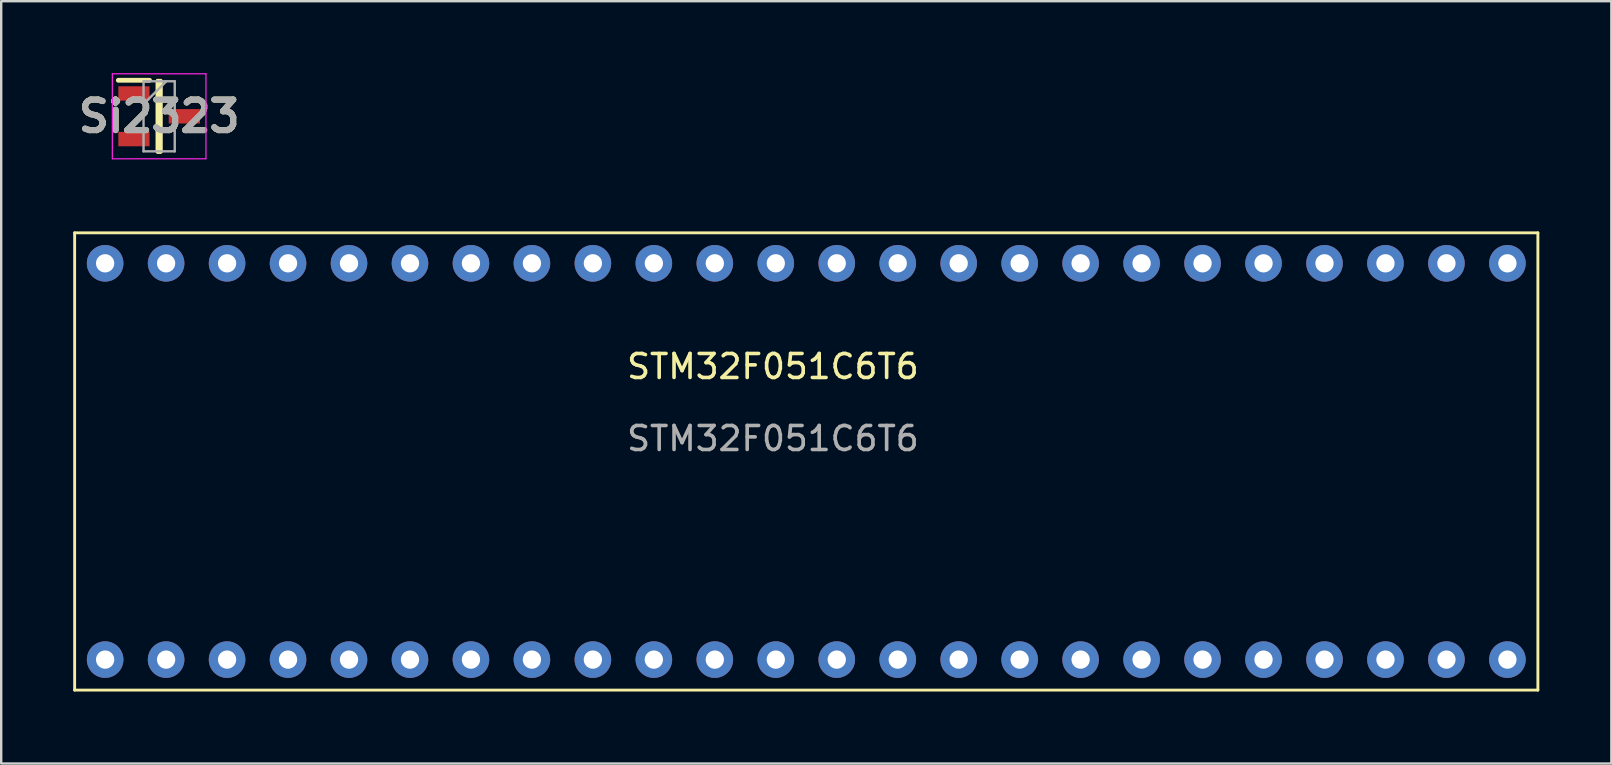
<source format=kicad_pcb>
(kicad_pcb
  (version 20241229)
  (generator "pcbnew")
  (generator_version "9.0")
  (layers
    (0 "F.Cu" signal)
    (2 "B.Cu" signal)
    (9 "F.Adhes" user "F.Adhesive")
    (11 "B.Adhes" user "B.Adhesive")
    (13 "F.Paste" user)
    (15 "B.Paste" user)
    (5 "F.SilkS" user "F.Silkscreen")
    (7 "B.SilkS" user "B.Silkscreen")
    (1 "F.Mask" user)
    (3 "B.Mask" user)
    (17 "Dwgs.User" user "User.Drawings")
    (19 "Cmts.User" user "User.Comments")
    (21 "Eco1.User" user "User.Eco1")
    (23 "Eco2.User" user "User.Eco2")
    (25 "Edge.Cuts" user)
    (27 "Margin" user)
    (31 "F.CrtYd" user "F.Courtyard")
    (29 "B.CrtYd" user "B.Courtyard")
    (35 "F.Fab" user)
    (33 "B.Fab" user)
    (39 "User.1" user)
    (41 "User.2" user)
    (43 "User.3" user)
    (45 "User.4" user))
  (footprint "STM32F051C6T6"
    (layer "F.Cu")
    (at 29.35 18.32)
    (property "Reference" "STM32F051C6T6" (at -0.2 -6.1 0) (unlocked yes) (layer "F.SilkS") (effects (font (size 1 1) (thickness 0.15))))
    (attr smd)
    (fp_line (start -29.29 -11.67) (end -29.29 7.38) (stroke (width 0.12) (type solid)) (layer "F.SilkS"))
    (fp_line (start -29.29 -11.67) (end 31.67 -11.67) (stroke (width 0.12) (type solid)) (layer "F.SilkS"))
    (fp_line (start 31.67 -11.67) (end 31.67 7.38) (stroke (width 0.12) (type solid)) (layer "F.SilkS"))
    (fp_line (start 31.67 7.38) (end -29.29 7.38) (stroke (width 0.12) (type solid)) (layer "F.SilkS"))
    (fp_text user "${REFERENCE}" (at -0.2 -3.1 0) (unlocked yes) (layer "F.Fab") (effects (font (size 1 1) (thickness 0.15))))
    (pad "1" thru_hole circle (at -28.02 6.11) (size 1.524 1.524) (drill 0.762) (layers "*.Cu" "*.Mask"))
    (pad "2" thru_hole circle (at -25.48 6.11) (size 1.524 1.524) (drill 0.762) (layers "*.Cu" "*.Mask"))
    (pad "3" thru_hole circle (at -22.94 6.11) (size 1.524 1.524) (drill 0.762) (layers "*.Cu" "*.Mask"))
    (pad "4" thru_hole circle (at -20.4 6.11) (size 1.524 1.524) (drill 0.762) (layers "*.Cu" "*.Mask"))
    (pad "5" thru_hole circle (at -17.86 6.11) (size 1.524 1.524) (drill 0.762) (layers "*.Cu" "*.Mask"))
    (pad "6" thru_hole circle (at -15.32 6.11) (size 1.524 1.524) (drill 0.762) (layers "*.Cu" "*.Mask"))
    (pad "7" thru_hole circle (at -12.78 6.11) (size 1.524 1.524) (drill 0.762) (layers "*.Cu" "*.Mask"))
    (pad "8" thru_hole circle (at -10.24 6.11) (size 1.524 1.524) (drill 0.762) (layers "*.Cu" "*.Mask"))
    (pad "9" thru_hole circle (at -7.7 6.11) (size 1.524 1.524) (drill 0.762) (layers "*.Cu" "*.Mask"))
    (pad "10" thru_hole circle (at -5.16 6.11) (size 1.524 1.524) (drill 0.762) (layers "*.Cu" "*.Mask"))
    (pad "11" thru_hole circle (at -2.62 6.11) (size 1.524 1.524) (drill 0.762) (layers "*.Cu" "*.Mask"))
    (pad "12" thru_hole circle (at -0.08 6.11) (size 1.524 1.524) (drill 0.762) (layers "*.Cu" "*.Mask"))
    (pad "13" thru_hole circle (at 2.46 6.11) (size 1.524 1.524) (drill 0.762) (layers "*.Cu" "*.Mask"))
    (pad "14" thru_hole circle (at 5 6.11) (size 1.524 1.524) (drill 0.762) (layers "*.Cu" "*.Mask"))
    (pad "15" thru_hole circle (at 7.54 6.11) (size 1.524 1.524) (drill 0.762) (layers "*.Cu" "*.Mask"))
    (pad "16" thru_hole circle (at 10.08 6.11) (size 1.524 1.524) (drill 0.762) (layers "*.Cu" "*.Mask"))
    (pad "17" thru_hole circle (at 12.62 6.11) (size 1.524 1.524) (drill 0.762) (layers "*.Cu" "*.Mask"))
    (pad "18" thru_hole circle (at 15.16 6.11) (size 1.524 1.524) (drill 0.762) (layers "*.Cu" "*.Mask"))
    (pad "19" thru_hole circle (at 17.7 6.11) (size 1.524 1.524) (drill 0.762) (layers "*.Cu" "*.Mask"))
    (pad "20" thru_hole circle (at 20.24 6.11) (size 1.524 1.524) (drill 0.762) (layers "*.Cu" "*.Mask"))
    (pad "21" thru_hole circle (at 22.78 6.11) (size 1.524 1.524) (drill 0.762) (layers "*.Cu" "*.Mask"))
    (pad "22" thru_hole circle (at 25.32 6.11) (size 1.524 1.524) (drill 0.762) (layers "*.Cu" "*.Mask"))
    (pad "23" thru_hole circle (at 27.86 6.11) (size 1.524 1.524) (drill 0.762) (layers "*.Cu" "*.Mask"))
    (pad "24" thru_hole circle (at 30.4 6.11) (size 1.524 1.524) (drill 0.762) (layers "*.Cu" "*.Mask"))
    (pad "25" thru_hole circle (at 30.4 -10.4) (size 1.524 1.524) (drill 0.762) (layers "*.Cu" "*.Mask"))
    (pad "26" thru_hole circle (at 27.86 -10.4) (size 1.524 1.524) (drill 0.762) (layers "*.Cu" "*.Mask"))
    (pad "27" thru_hole circle (at 25.32 -10.4) (size 1.524 1.524) (drill 0.762) (layers "*.Cu" "*.Mask"))
    (pad "28" thru_hole circle (at 22.78 -10.4) (size 1.524 1.524) (drill 0.762) (layers "*.Cu" "*.Mask"))
    (pad "29" thru_hole circle (at 20.24 -10.4) (size 1.524 1.524) (drill 0.762) (layers "*.Cu" "*.Mask"))
    (pad "30" thru_hole circle (at 17.7 -10.4) (size 1.524 1.524) (drill 0.762) (layers "*.Cu" "*.Mask"))
    (pad "31" thru_hole circle (at 15.16 -10.4) (size 1.524 1.524) (drill 0.762) (layers "*.Cu" "*.Mask"))
    (pad "32" thru_hole circle (at 12.62 -10.4) (size 1.524 1.524) (drill 0.762) (layers "*.Cu" "*.Mask"))
    (pad "33" thru_hole circle (at 10.08 -10.4) (size 1.524 1.524) (drill 0.762) (layers "*.Cu" "*.Mask"))
    (pad "34" thru_hole circle (at 7.54 -10.4) (size 1.524 1.524) (drill 0.762) (layers "*.Cu" "*.Mask"))
    (pad "35" thru_hole circle (at 5 -10.4) (size 1.524 1.524) (drill 0.762) (layers "*.Cu" "*.Mask"))
    (pad "36" thru_hole circle (at 2.46 -10.4) (size 1.524 1.524) (drill 0.762) (layers "*.Cu" "*.Mask"))
    (pad "37" thru_hole circle (at -0.08 -10.4) (size 1.524 1.524) (drill 0.762) (layers "*.Cu" "*.Mask"))
    (pad "38" thru_hole circle (at -2.62 -10.4) (size 1.524 1.524) (drill 0.762) (layers "*.Cu" "*.Mask"))
    (pad "39" thru_hole circle (at -5.16 -10.4) (size 1.524 1.524) (drill 0.762) (layers "*.Cu" "*.Mask"))
    (pad "40" thru_hole circle (at -7.7 -10.4) (size 1.524 1.524) (drill 0.762) (layers "*.Cu" "*.Mask"))
    (pad "41" thru_hole circle (at -10.24 -10.4) (size 1.524 1.524) (drill 0.762) (layers "*.Cu" "*.Mask"))
    (pad "42" thru_hole circle (at -12.78 -10.4) (size 1.524 1.524) (drill 0.762) (layers "*.Cu" "*.Mask"))
    (pad "43" thru_hole circle (at -15.32 -10.4) (size 1.524 1.524) (drill 0.762) (layers "*.Cu" "*.Mask"))
    (pad "44" thru_hole circle (at -17.86 -10.4) (size 1.524 1.524) (drill 0.762) (layers "*.Cu" "*.Mask"))
    (pad "45" thru_hole circle (at -20.4 -10.4) (size 1.524 1.524) (drill 0.762) (layers "*.Cu" "*.Mask"))
    (pad "46" thru_hole circle (at -22.94 -10.4) (size 1.524 1.524) (drill 0.762) (layers "*.Cu" "*.Mask"))
    (pad "47" thru_hole circle (at -25.48 -10.4) (size 1.524 1.524) (drill 0.762) (layers "*.Cu" "*.Mask"))
    (pad "48" thru_hole circle (at -28.02 -10.4) (size 1.524 1.524) (drill 0.762) (layers "*.Cu" "*.Mask")))
  (footprint "Si2323"
    (layer "F.Cu")
    (at 3.58 1.795)
    (property "Reference" "Si2323" (at 0 0 0) (layer "F.SilkS") (effects (font (size 1.27 1.27) (thickness 0.254))))
    (attr smd)
    (fp_line (start -1.7 -1.5) (end -0.4 -1.5) (stroke (width 0.2) (type solid)) (layer "F.SilkS"))
    (fp_line (start -0.05 -1.46) (end 0.05 -1.46) (stroke (width 0.2) (type solid)) (layer "F.SilkS"))
    (fp_line (start -0.05 1.46) (end -0.05 -1.46) (stroke (width 0.2) (type solid)) (layer "F.SilkS"))
    (fp_line (start 0.05 -1.46) (end 0.05 1.46) (stroke (width 0.2) (type solid)) (layer "F.SilkS"))
    (fp_line (start 0.05 1.46) (end -0.05 1.46) (stroke (width 0.2) (type solid)) (layer "F.SilkS"))
    (fp_line (start -1.95 -1.77) (end 1.95 -1.77) (stroke (width 0.05) (type solid)) (layer "F.CrtYd"))
    (fp_line (start -1.95 1.77) (end -1.95 -1.77) (stroke (width 0.05) (type solid)) (layer "F.CrtYd"))
    (fp_line (start 1.95 -1.77) (end 1.95 1.77) (stroke (width 0.05) (type solid)) (layer "F.CrtYd"))
    (fp_line (start 1.95 1.77) (end -1.95 1.77) (stroke (width 0.05) (type solid)) (layer "F.CrtYd"))
    (fp_line (start -0.65 -1.46) (end 0.65 -1.46) (stroke (width 0.1) (type solid)) (layer "F.Fab"))
    (fp_line (start -0.65 -0.51) (end 0.3 -1.46) (stroke (width 0.1) (type solid)) (layer "F.Fab"))
    (fp_line (start -0.65 1.46) (end -0.65 -1.46) (stroke (width 0.1) (type solid)) (layer "F.Fab"))
    (fp_line (start 0.65 -1.46) (end 0.65 1.46) (stroke (width 0.1) (type solid)) (layer "F.Fab"))
    (fp_line (start 0.65 1.46) (end -0.65 1.46) (stroke (width 0.1) (type solid)) (layer "F.Fab"))
    (fp_text user "${REFERENCE}" (at 0 0 0) (layer "F.Fab") (effects (font (size 1.27 1.27) (thickness 0.254))))
    (pad "1" smd rect (at -1.05 -0.95 90) (size 0.6 1.3) (layers "F.Cu" "F.Mask" "F.Paste"))
    (pad "2" smd rect (at -1.05 0.95 90) (size 0.6 1.3) (layers "F.Cu" "F.Mask" "F.Paste"))
    (pad "3" smd rect (at 1.05 0 90) (size 0.6 1.3) (layers "F.Cu" "F.Mask" "F.Paste")))
  (gr_rect
    (start -3 -3)
    (end 64.08 28.76)
    (stroke (width 0.1) (type default))
    (fill no)
    (layer "Edge.Cuts")))
</source>
